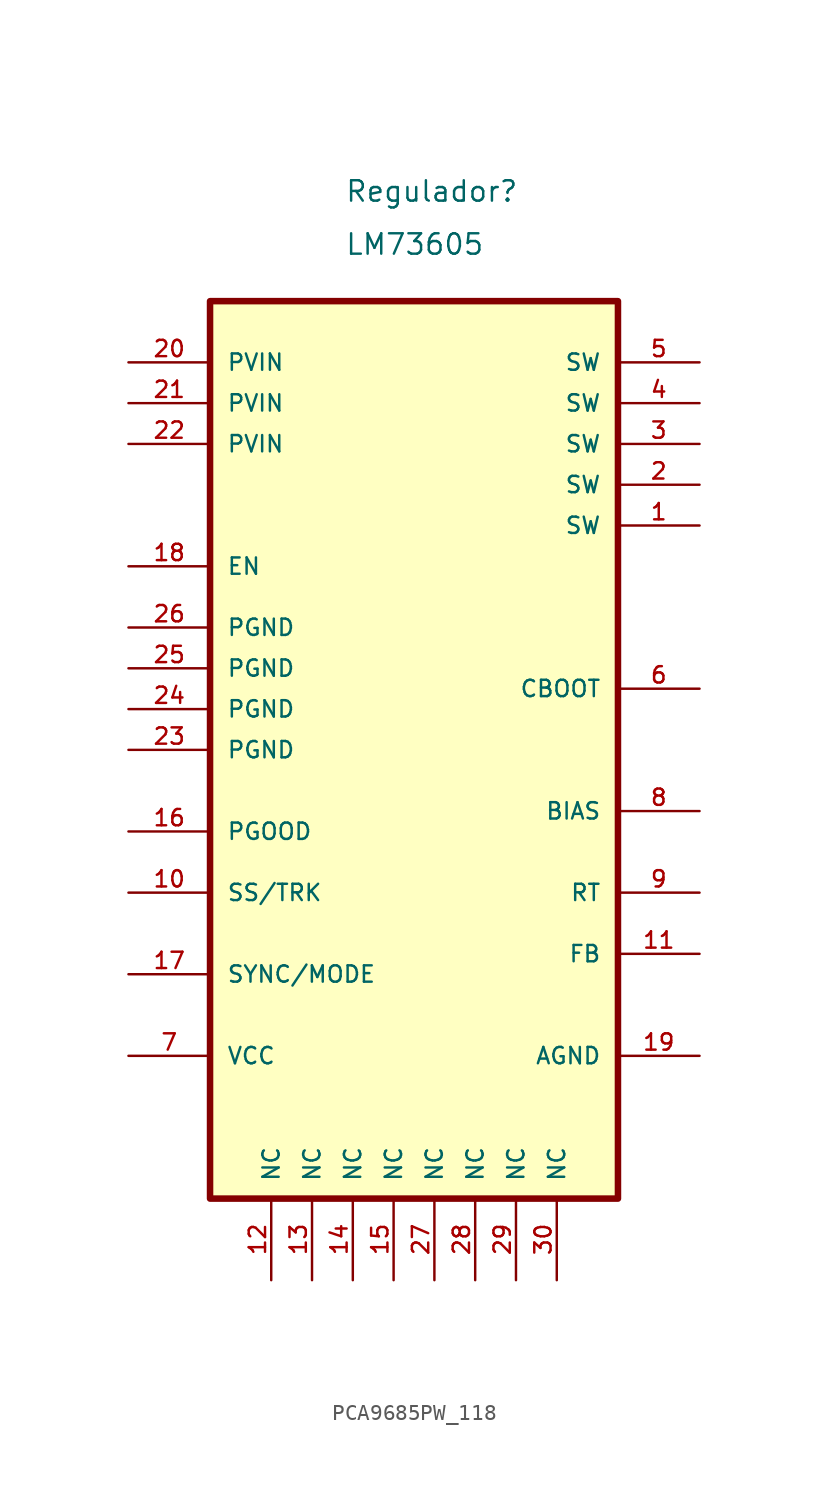
<source format=kicad_sym>
(kicad_symbol_lib
  (version 20241209)
  (generator "kicad_symbol_editor")
  (generator_version "9.0")
  (symbol "PCA9685PW_118"
    (pin_names
      (offset 1.016))
    (property "Reference" "Regulador"
      (at -4.318 31.496 0)
      (effects (font (size 1.27 1.27)) (justify left bottom)))
    (property "Value" "LM73605"
      (at -4.318 28.194 0)
      (effects (font (size 1.27 1.27)) (justify left bottom)))
    (symbol "PCA9685PW_118_0_0"
      (rectangle (start -12.7 25.4) (end 12.7 -30.48) (stroke (width 0.406) (type default)) (fill (type background))))
    (symbol "PCA9685PW_118_1_0"
      (pin input line (at -17.78 21.59 0) (length 5.08) (name "PVIN" (effects (font (size 1.016 1.016)))) (number "20" (effects (font (size 1.016 1.016)))))
      (pin input line (at -17.78 19.05 0) (length 5.08) (name "PVIN" (effects (font (size 1.016 1.016)))) (number "21" (effects (font (size 1.016 1.016)))))
      (pin input line (at -17.78 16.51 0) (length 5.08) (name "PVIN" (effects (font (size 1.016 1.016)))) (number "22" (effects (font (size 1.016 1.016)))))
      (pin input line (at -17.78 8.89 0) (length 5.08) (name "EN" (effects (font (size 1.016 1.016)))) (number "18" (effects (font (size 1.016 1.016)))))
      (pin input line (at -17.78 5.08 0) (length 5.08) (name "PGND" (effects (font (size 1.016 1.016)))) (number "26" (effects (font (size 1.016 1.016)))))
      (pin input line (at -17.78 2.54 0) (length 5.08) (name "PGND" (effects (font (size 1.016 1.016)))) (number "25" (effects (font (size 1.016 1.016)))))
      (pin input line (at -17.78 0 0) (length 5.08) (name "PGND" (effects (font (size 1.016 1.016)))) (number "24" (effects (font (size 1.016 1.016)))))
      (pin input line (at -17.78 -2.54 0) (length 5.08) (name "PGND" (effects (font (size 1.016 1.016)))) (number "23" (effects (font (size 1.016 1.016)))))
      (pin output line (at -17.78 -7.62 0) (length 5.08) (name "PGOOD" (effects (font (size 1.016 1.016)))) (number "16" (effects (font (size 1.016 1.016)))))
      (pin input line (at -17.78 -11.43 0) (length 5.08) (name "SS/TRK" (effects (font (size 1.016 1.016)))) (number "10" (effects (font (size 1.016 1.016)))))
      (pin output line (at -17.78 -16.51 0) (length 5.08) (name "SYNC/MODE" (effects (font (size 1.016 1.016)))) (number "17" (effects (font (size 1.016 1.016)))))
      (pin input line (at -17.78 -21.59 0) (length 5.08) (name "VCC" (effects (font (size 1.016 1.016)))) (number "7" (effects (font (size 1.016 1.016)))))
      (pin passive line (at -8.89 -35.56 90) (length 5.08) (name "NC" (effects (font (size 1.016 1.016)))) (number "12" (effects (font (size 1.016 1.016)))))
      (pin passive line (at -6.35 -35.56 90) (length 5.08) (name "NC" (effects (font (size 1.016 1.016)))) (number "13" (effects (font (size 1.016 1.016)))))
      (pin passive line (at -3.81 -35.56 90) (length 5.08) (name "NC" (effects (font (size 1.016 1.016)))) (number "14" (effects (font (size 1.016 1.016)))))
      (pin passive line (at -1.27 -35.56 90) (length 5.08) (name "NC" (effects (font (size 1.016 1.016)))) (number "15" (effects (font (size 1.016 1.016)))))
      (pin passive line (at 1.27 -35.56 90) (length 5.08) (name "NC" (effects (font (size 1.016 1.016)))) (number "27" (effects (font (size 1.016 1.016)))))
      (pin passive line (at 3.81 -35.56 90) (length 5.08) (name "NC" (effects (font (size 1.016 1.016)))) (number "28" (effects (font (size 1.016 1.016)))))
      (pin passive line (at 6.35 -35.56 90) (length 5.08) (name "NC" (effects (font (size 1.016 1.016)))) (number "29" (effects (font (size 1.016 1.016)))))
      (pin passive line (at 8.89 -35.56 90) (length 5.08) (name "NC" (effects (font (size 1.016 1.016)))) (number "30" (effects (font (size 1.016 1.016)))))
      (pin output line (at 17.78 21.59 180) (length 5.08) (name "SW" (effects (font (size 1.016 1.016)))) (number "5" (effects (font (size 1.016 1.016)))))
      (pin output line (at 17.78 19.05 180) (length 5.08) (name "SW" (effects (font (size 1.016 1.016)))) (number "4" (effects (font (size 1.016 1.016)))))
      (pin output line (at 17.78 16.51 180) (length 5.08) (name "SW" (effects (font (size 1.016 1.016)))) (number "3" (effects (font (size 1.016 1.016)))))
      (pin output line (at 17.78 13.97 180) (length 5.08) (name "SW" (effects (font (size 1.016 1.016)))) (number "2" (effects (font (size 1.016 1.016)))))
      (pin output line (at 17.78 11.43 180) (length 5.08) (name "SW" (effects (font (size 1.016 1.016)))) (number "1" (effects (font (size 1.016 1.016)))))
      (pin input line (at 17.78 1.27 180) (length 5.08) (name "CBOOT" (effects (font (size 1.016 1.016)))) (number "6" (effects (font (size 1.016 1.016)))))
      (pin input line (at 17.78 -6.35 180) (length 5.08) (name "BIAS" (effects (font (size 1.016 1.016)))) (number "8" (effects (font (size 1.016 1.016)))))
      (pin input line (at 17.78 -11.43 180) (length 5.08) (name "RT" (effects (font (size 1.016 1.016)))) (number "9" (effects (font (size 1.016 1.016)))))
      (pin input line (at 17.78 -15.24 180) (length 5.08) (name "FB" (effects (font (size 1.016 1.016)))) (number "11" (effects (font (size 1.016 1.016)))))
      (pin input line (at 17.78 -21.59 180) (length 5.08) (name "AGND" (effects (font (size 1.016 1.016)))) (number "19" (effects (font (size 1.016 1.016))))))))
</source>
